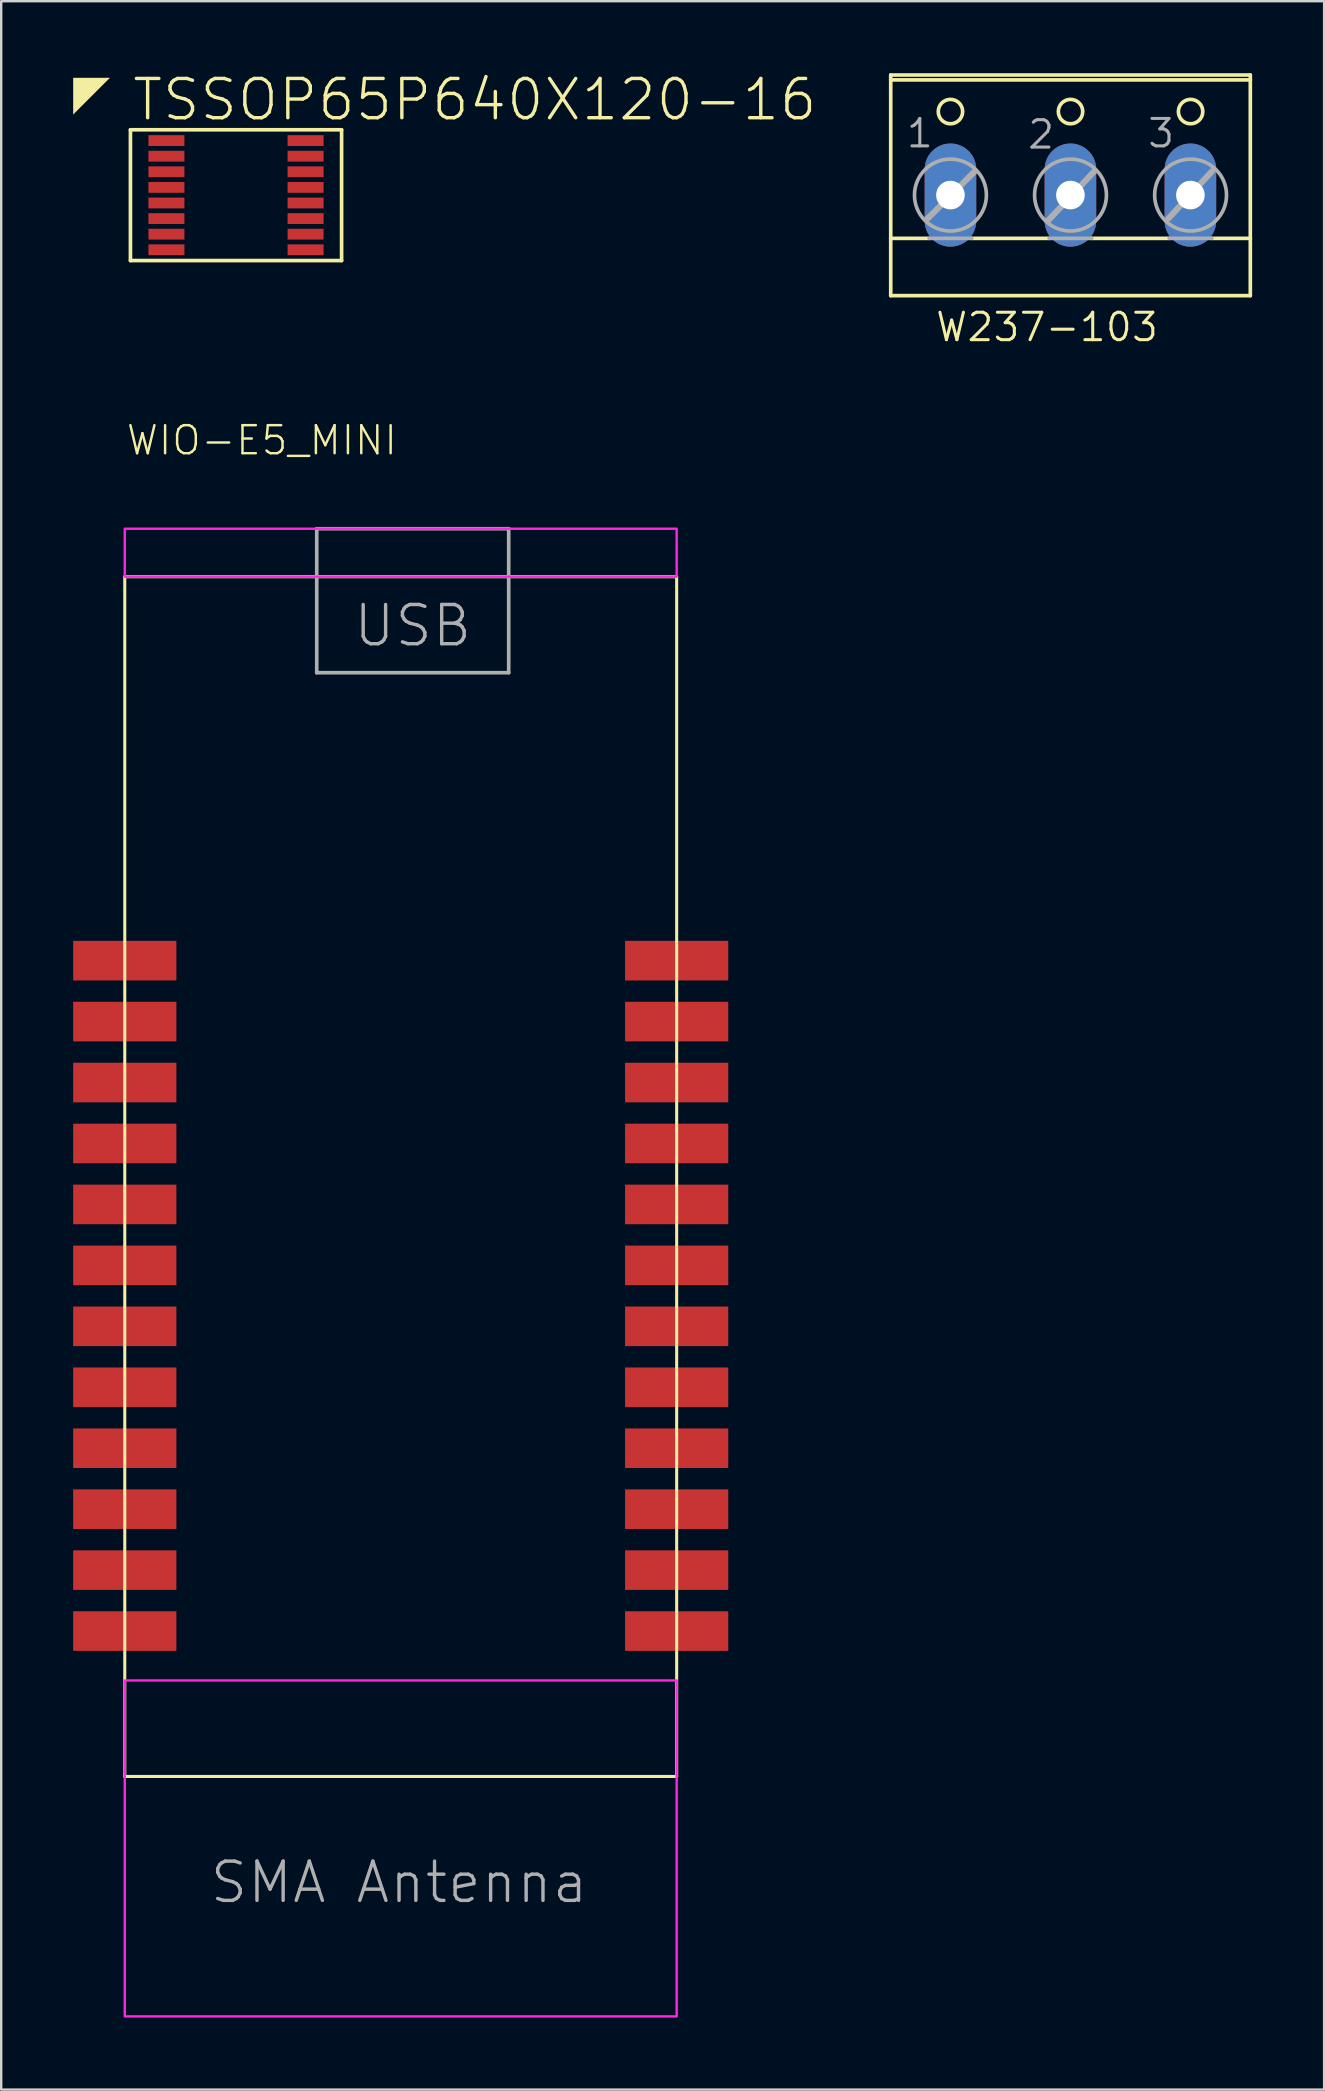
<source format=kicad_pcb>
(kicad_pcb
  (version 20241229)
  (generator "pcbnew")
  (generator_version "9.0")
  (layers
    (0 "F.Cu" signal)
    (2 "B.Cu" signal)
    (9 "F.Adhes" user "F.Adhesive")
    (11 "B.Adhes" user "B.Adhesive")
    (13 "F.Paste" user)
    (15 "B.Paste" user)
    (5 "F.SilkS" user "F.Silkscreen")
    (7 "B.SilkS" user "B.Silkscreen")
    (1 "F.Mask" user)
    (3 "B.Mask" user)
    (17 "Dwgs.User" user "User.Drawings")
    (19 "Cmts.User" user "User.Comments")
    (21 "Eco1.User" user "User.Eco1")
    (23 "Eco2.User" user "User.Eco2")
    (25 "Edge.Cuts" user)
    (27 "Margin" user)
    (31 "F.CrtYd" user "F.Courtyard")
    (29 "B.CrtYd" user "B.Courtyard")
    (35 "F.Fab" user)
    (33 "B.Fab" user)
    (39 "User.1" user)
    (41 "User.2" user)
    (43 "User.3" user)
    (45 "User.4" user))
  (footprint "W237-103"
    (layer "F.Cu")
    (at 41.56 3.79)
    (property "Reference" "W237-103" (at -5.686 7.462 0) (layer "F.SilkS") (effects (font (size 1.143 1.143) (thickness 0.127)) (justify left bottom)))
    (fp_line (start -7.489 -3.511) (end -7.489 -3.714) (stroke (width 0.152) (type solid)) (layer "F.SilkS"))
    (fp_line (start -7.489 3.093) (end -7.489 -3.511) (stroke (width 0.152) (type solid)) (layer "F.SilkS"))
    (fp_line (start -7.489 3.093) (end -5.889 3.093) (stroke (width 0.152) (type solid)) (layer "F.SilkS"))
    (fp_line (start -7.489 5.481) (end -7.489 3.093) (stroke (width 0.152) (type solid)) (layer "F.SilkS"))
    (fp_line (start -7.489 5.481) (end 7.497 5.481) (stroke (width 0.152) (type solid)) (layer "F.SilkS"))
    (fp_line (start -4.111 3.093) (end -0.885 3.093) (stroke (width 0.152) (type solid)) (layer "F.SilkS"))
    (fp_line (start 0.893 3.093) (end 4.119 3.093) (stroke (width 0.152) (type solid)) (layer "F.SilkS"))
    (fp_line (start 5.897 3.093) (end 7.497 3.093) (stroke (width 0.152) (type solid)) (layer "F.SilkS"))
    (fp_line (start 7.497 -3.714) (end -7.489 -3.714) (stroke (width 0.152) (type solid)) (layer "F.SilkS"))
    (fp_line (start 7.497 -3.714) (end 7.497 -3.511) (stroke (width 0.152) (type solid)) (layer "F.SilkS"))
    (fp_line (start 7.497 -3.511) (end -7.489 -3.511) (stroke (width 0.152) (type solid)) (layer "F.SilkS"))
    (fp_line (start 7.497 -3.511) (end 7.497 3.093) (stroke (width 0.152) (type solid)) (layer "F.SilkS"))
    (fp_line (start 7.497 3.093) (end 7.497 5.481) (stroke (width 0.152) (type solid)) (layer "F.SilkS"))
    (fp_circle (center -5 -2.19) (end -4.492 -2.19) (stroke (width 0.152) (type solid)) (fill no) (layer "F.SilkS"))
    (fp_circle (center 0.004 -2.19) (end 0.512 -2.19) (stroke (width 0.152) (type solid)) (fill no) (layer "F.SilkS"))
    (fp_circle (center 5.008 -2.19) (end 5.516 -2.19) (stroke (width 0.152) (type solid)) (fill no) (layer "F.SilkS"))
    (fp_line (start -5.991 2.306) (end -3.984 0.299) (stroke (width 0.254) (type solid)) (layer "F.Fab"))
    (fp_line (start -5.889 3.093) (end -4.111 3.093) (stroke (width 0.152) (type solid)) (layer "F.Fab"))
    (fp_line (start -0.911 2.331) (end 0.994 0.299) (stroke (width 0.254) (type solid)) (layer "F.Fab"))
    (fp_line (start -0.885 3.093) (end 0.893 3.093) (stroke (width 0.152) (type solid)) (layer "F.Fab"))
    (fp_line (start 4.093 2.255) (end 5.897 0.299) (stroke (width 0.254) (type solid)) (layer "F.Fab"))
    (fp_line (start 4.119 3.093) (end 5.897 3.093) (stroke (width 0.152) (type solid)) (layer "F.Fab"))
    (fp_circle (center -5 1.29) (end -3.501 1.29) (stroke (width 0.152) (type solid)) (fill no) (layer "F.Fab"))
    (fp_circle (center 0.004 1.29) (end 1.502 1.29) (stroke (width 0.152) (type solid)) (fill no) (layer "F.Fab"))
    (fp_circle (center 5.008 1.29) (end 6.506 1.29) (stroke (width 0.152) (type solid)) (fill no) (layer "F.Fab"))
    (fp_text user "3" (at 3.153 -0.615 0) (layer "F.Fab") (effects (font (size 1.143 1.143) (thickness 0.127)) (justify left bottom)))
    (fp_text user "1" (at -6.905 -0.615 0) (layer "F.Fab") (effects (font (size 1.143 1.143) (thickness 0.127)) (justify left bottom)))
    (fp_text user "2" (at -1.85 -0.564 0) (layer "F.Fab") (effects (font (size 1.143 1.143) (thickness 0.127)) (justify left bottom)))
    (pad "1" thru_hole oval (at -5 1.29 90) (size 4.298 2.149) (drill 1.194) (layers "*.Cu" "*.Mask"))
    (pad "2" thru_hole oval (at 0 1.29 90) (size 4.298 2.149) (drill 1.194) (layers "*.Cu" "*.Mask"))
    (pad "3" thru_hole oval (at 5 1.29 90) (size 4.298 2.149) (drill 1.194) (layers "*.Cu" "*.Mask")))
  (footprint "WIO-E5_MINI"
    (layer "F.Cu")
    (at 2.15 36.985)
    (property "Reference" "WIO-E5_MINI" (at 0 -21 0) (layer "F.SilkS") (effects (font (size 1.168 1.168) (thickness 0.102)) (justify left bottom)))
    (fp_line (start 0 -16) (end 23 -16) (stroke (width 0.127) (type solid)) (layer "F.SilkS"))
    (fp_line (start 0 34) (end 0 -16) (stroke (width 0.127) (type solid)) (layer "F.SilkS"))
    (fp_line (start 23 -16) (end 23 34) (stroke (width 0.127) (type solid)) (layer "F.SilkS"))
    (fp_line (start 23 34) (end 0 34) (stroke (width 0.127) (type solid)) (layer "F.SilkS"))
    (fp_poly (pts (xy 0 -16) (xy 23 -16) (xy 23 -18) (xy 0 -18)) (stroke (width 0.1) (type default)) (fill no) (layer "F.CrtYd"))
    (fp_poly (pts (xy 0 44) (xy 23 44) (xy 23 30) (xy 0 30)) (stroke (width 0.1) (type default)) (fill no) (layer "F.CrtYd"))
    (fp_line (start 8 -18) (end 8 -12) (stroke (width 0.152) (type solid)) (layer "F.Fab"))
    (fp_line (start 8 -12) (end 16 -12) (stroke (width 0.152) (type solid)) (layer "F.Fab"))
    (fp_line (start 16 -18) (end 8 -18) (stroke (width 0.152) (type solid)) (layer "F.Fab"))
    (fp_line (start 16 -12) (end 16 -18) (stroke (width 0.152) (type solid)) (layer "F.Fab"))
    (fp_text user "USB" (at 12 -13 0) (layer "F.Fab") (effects (font (size 1.636 1.636) (thickness 0.142)) (justify bottom)))
    (fp_text user "SMA Antenna" (at 11.43 39.37 0) (layer "F.Fab") (effects (font (size 1.636 1.636) (thickness 0.142)) (justify bottom)))
    (pad "P0" smd rect (at 0 0) (size 4.3 1.65) (layers "F.Cu" "F.Mask" "F.Paste"))
    (pad "P1" smd rect (at 0 2.54) (size 4.3 1.65) (layers "F.Cu" "F.Mask" "F.Paste"))
    (pad "P2" smd rect (at 0 5.08) (size 4.3 1.65) (layers "F.Cu" "F.Mask" "F.Paste"))
    (pad "P3" smd rect (at 0 7.62) (size 4.3 1.65) (layers "F.Cu" "F.Mask" "F.Paste"))
    (pad "P4" smd rect (at 0 10.16) (size 4.3 1.65) (layers "F.Cu" "F.Mask" "F.Paste"))
    (pad "P5" smd rect (at 0 12.7) (size 4.3 1.65) (layers "F.Cu" "F.Mask" "F.Paste"))
    (pad "P6" smd rect (at 0 15.24) (size 4.3 1.65) (layers "F.Cu" "F.Mask" "F.Paste"))
    (pad "P7" smd rect (at 0 17.78) (size 4.3 1.65) (layers "F.Cu" "F.Mask" "F.Paste"))
    (pad "P8" smd rect (at 0 20.32) (size 4.3 1.65) (layers "F.Cu" "F.Mask" "F.Paste"))
    (pad "P9" smd rect (at 0 22.86) (size 4.3 1.65) (layers "F.Cu" "F.Mask" "F.Paste"))
    (pad "P10" smd rect (at 0 25.4) (size 4.3 1.65) (layers "F.Cu" "F.Mask" "F.Paste"))
    (pad "P11" smd rect (at 0 27.94) (size 4.3 1.65) (layers "F.Cu" "F.Mask" "F.Paste"))
    (pad "P12" smd rect (at 23 27.94) (size 4.3 1.65) (layers "F.Cu" "F.Mask" "F.Paste"))
    (pad "P13" smd rect (at 23 25.4) (size 4.3 1.65) (layers "F.Cu" "F.Mask" "F.Paste"))
    (pad "P14" smd rect (at 23 22.86) (size 4.3 1.65) (layers "F.Cu" "F.Mask" "F.Paste"))
    (pad "P15" smd rect (at 23 20.32) (size 4.3 1.65) (layers "F.Cu" "F.Mask" "F.Paste"))
    (pad "P16" smd rect (at 23 17.78) (size 4.3 1.65) (layers "F.Cu" "F.Mask" "F.Paste"))
    (pad "P17" smd rect (at 23 15.24) (size 4.3 1.65) (layers "F.Cu" "F.Mask" "F.Paste"))
    (pad "P18" smd rect (at 23 12.7) (size 4.3 1.65) (layers "F.Cu" "F.Mask" "F.Paste"))
    (pad "P19" smd rect (at 23 10.16) (size 4.3 1.65) (layers "F.Cu" "F.Mask" "F.Paste"))
    (pad "P20" smd rect (at 23 7.62) (size 4.3 1.65) (layers "F.Cu" "F.Mask" "F.Paste"))
    (pad "P21" smd rect (at 23 5.08) (size 4.3 1.65) (layers "F.Cu" "F.Mask" "F.Paste"))
    (pad "P22" smd rect (at 23 2.54) (size 4.3 1.65) (layers "F.Cu" "F.Mask" "F.Paste"))
    (pad "P23" smd rect (at 23 0) (size 4.3 1.65) (layers "F.Cu" "F.Mask" "F.Paste")))
  (footprint "TSSOP65P640X120-16"
    (layer "F.Cu")
    (at 3.886 2.809)
    (property "Reference" "TSSOP65P640X120-16" (at -1.5 -0.746 0) (layer "F.SilkS") (effects (font (size 1.636 1.636) (thickness 0.142)) (justify left bottom)))
    (fp_line (start -1.5 -0.45) (end 7.3 -0.45) (stroke (width 0.152) (type solid)) (layer "F.SilkS"))
    (fp_line (start -1.5 5) (end -1.5 -0.45) (stroke (width 0.152) (type solid)) (layer "F.SilkS"))
    (fp_line (start 7.3 -0.45) (end 7.3 5) (stroke (width 0.152) (type solid)) (layer "F.SilkS"))
    (fp_line (start 7.3 5) (end -1.5 5) (stroke (width 0.152) (type solid)) (layer "F.SilkS"))
    (fp_poly (pts (xy -3.886 -1.086) (xy -3.886 -2.616) (xy -2.356 -2.616)) (stroke (width 0) (type default)) (fill yes) (layer "F.SilkS"))
    (pad "PIN1" smd rect (at 0 0) (size 1.5 0.45) (layers "F.Cu" "F.Mask" "F.Paste"))
    (pad "PIN2" smd rect (at 0 0.65) (size 1.5 0.45) (layers "F.Cu" "F.Mask" "F.Paste"))
    (pad "PIN3" smd rect (at 0 1.3) (size 1.5 0.45) (layers "F.Cu" "F.Mask" "F.Paste"))
    (pad "PIN4" smd rect (at 0 1.95) (size 1.5 0.45) (layers "F.Cu" "F.Mask" "F.Paste"))
    (pad "PIN5" smd rect (at 0 2.6) (size 1.5 0.45) (layers "F.Cu" "F.Mask" "F.Paste"))
    (pad "PIN6" smd rect (at 0 3.25) (size 1.5 0.45) (layers "F.Cu" "F.Mask" "F.Paste"))
    (pad "PIN7" smd rect (at 0 3.9) (size 1.5 0.45) (layers "F.Cu" "F.Mask" "F.Paste"))
    (pad "PIN8" smd rect (at 0 4.55) (size 1.5 0.45) (layers "F.Cu" "F.Mask" "F.Paste"))
    (pad "PIN9" smd rect (at 5.8 4.55) (size 1.5 0.45) (layers "F.Cu" "F.Mask" "F.Paste"))
    (pad "PIN10" smd rect (at 5.8 3.9) (size 1.5 0.45) (layers "F.Cu" "F.Mask" "F.Paste"))
    (pad "PIN11" smd rect (at 5.8 3.25) (size 1.5 0.45) (layers "F.Cu" "F.Mask" "F.Paste"))
    (pad "PIN12" smd rect (at 5.8 2.6) (size 1.5 0.45) (layers "F.Cu" "F.Mask" "F.Paste"))
    (pad "PIN13" smd rect (at 5.8 1.95) (size 1.5 0.45) (layers "F.Cu" "F.Mask" "F.Paste"))
    (pad "PIN14" smd rect (at 5.8 1.3) (size 1.5 0.45) (layers "F.Cu" "F.Mask" "F.Paste"))
    (pad "PIN15" smd rect (at 5.8 0.65) (size 1.5 0.45) (layers "F.Cu" "F.Mask" "F.Paste"))
    (pad "PIN16" smd rect (at 5.8 0) (size 1.5 0.45) (layers "F.Cu" "F.Mask" "F.Paste")))
  (gr_rect
    (start -3 -3)
    (end 52.133 84.035)
    (stroke (width 0.1) (type default))
    (fill no)
    (layer "Edge.Cuts")))
</source>
